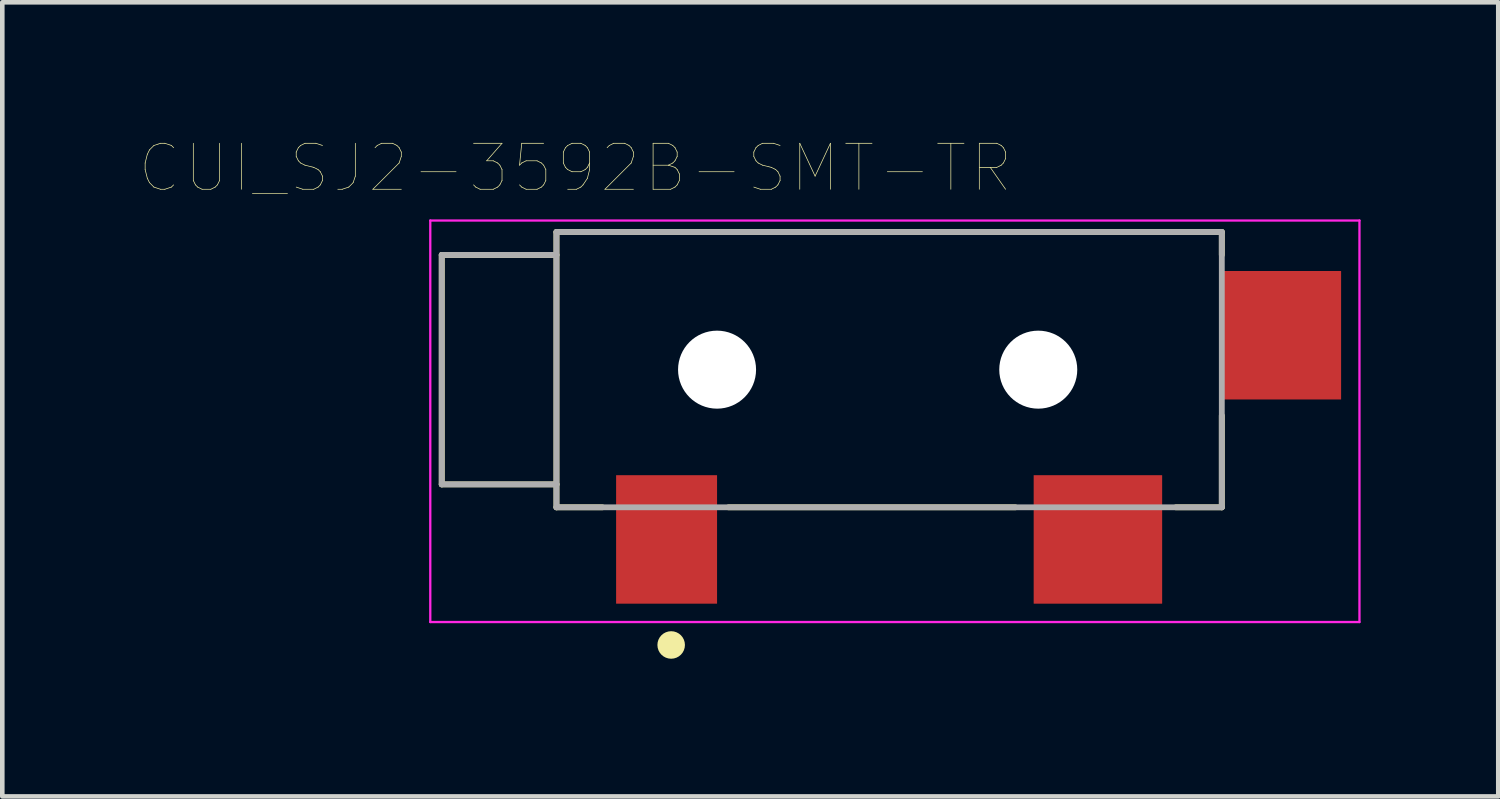
<source format=kicad_pcb>
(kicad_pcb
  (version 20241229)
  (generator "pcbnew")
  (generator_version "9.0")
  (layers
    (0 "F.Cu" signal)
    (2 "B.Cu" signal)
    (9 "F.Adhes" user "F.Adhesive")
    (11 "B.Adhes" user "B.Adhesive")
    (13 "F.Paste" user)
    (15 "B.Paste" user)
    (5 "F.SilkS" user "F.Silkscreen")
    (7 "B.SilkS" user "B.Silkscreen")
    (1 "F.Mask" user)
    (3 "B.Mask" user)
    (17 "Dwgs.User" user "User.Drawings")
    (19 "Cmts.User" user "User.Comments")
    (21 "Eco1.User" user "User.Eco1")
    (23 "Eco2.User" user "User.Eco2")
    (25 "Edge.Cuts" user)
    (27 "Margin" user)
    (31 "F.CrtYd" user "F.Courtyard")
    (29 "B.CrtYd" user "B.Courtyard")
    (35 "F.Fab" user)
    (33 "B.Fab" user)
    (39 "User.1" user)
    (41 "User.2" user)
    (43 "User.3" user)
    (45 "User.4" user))
  (footprint "CUI_SJ2-3592B-SMT-TR"
    (layer "F.Cu")
    (at 16.327 5.006)
    (property "Reference" "CUI_SJ2-3592B-SMT-TR" (at -6.838 -4.394 0) (layer "F.SilkS") (effects (font (size 1.002 1.002) (thickness 0.015))))
    (attr through_hole)
    (fp_line (start -9.75 -2.5) (end -9.75 2.5) (stroke (width 0.127) (type solid)) (layer "F.SilkS"))
    (fp_line (start -9.75 2.5) (end -7.25 2.5) (stroke (width 0.127) (type solid)) (layer "F.SilkS"))
    (fp_line (start -7.25 -3) (end 7.25 -3) (stroke (width 0.127) (type solid)) (layer "F.SilkS"))
    (fp_line (start -7.25 -2.5) (end -9.75 -2.5) (stroke (width 0.127) (type solid)) (layer "F.SilkS"))
    (fp_line (start -7.25 2.5) (end -7.25 -3) (stroke (width 0.127) (type solid)) (layer "F.SilkS"))
    (fp_line (start -7.25 2.5) (end -7.25 3) (stroke (width 0.127) (type solid)) (layer "F.SilkS"))
    (fp_line (start -7.25 3) (end -6.25 3) (stroke (width 0.127) (type solid)) (layer "F.SilkS"))
    (fp_line (start -3.5 3) (end 2.75 3) (stroke (width 0.127) (type solid)) (layer "F.SilkS"))
    (fp_line (start 7.25 -3) (end 7.25 -2.5) (stroke (width 0.127) (type solid)) (layer "F.SilkS"))
    (fp_line (start 7.25 1) (end 7.25 3) (stroke (width 0.127) (type solid)) (layer "F.SilkS"))
    (fp_line (start 7.25 3) (end 6.25 3) (stroke (width 0.127) (type solid)) (layer "F.SilkS"))
    (fp_circle (center -4.75 6) (end -4.6 6) (stroke (width 0.3) (type solid)) (fill no) (layer "F.SilkS"))
    (fp_line (start -10 -3.25) (end 10.25 -3.25) (stroke (width 0.05) (type solid)) (layer "F.CrtYd"))
    (fp_line (start -10 5.5) (end -10 -3.25) (stroke (width 0.05) (type solid)) (layer "F.CrtYd"))
    (fp_line (start 10.25 -3.25) (end 10.25 5.5) (stroke (width 0.05) (type solid)) (layer "F.CrtYd"))
    (fp_line (start 10.25 5.5) (end -10 5.5) (stroke (width 0.05) (type solid)) (layer "F.CrtYd"))
    (fp_line (start -9.75 -2.5) (end -9.75 2.5) (stroke (width 0.127) (type solid)) (layer "F.Fab"))
    (fp_line (start -9.75 2.5) (end -7.25 2.5) (stroke (width 0.127) (type solid)) (layer "F.Fab"))
    (fp_line (start -7.25 -3) (end 7.25 -3) (stroke (width 0.127) (type solid)) (layer "F.Fab"))
    (fp_line (start -7.25 -2.5) (end -9.75 -2.5) (stroke (width 0.127) (type solid)) (layer "F.Fab"))
    (fp_line (start -7.25 -2.5) (end -7.25 -3) (stroke (width 0.127) (type solid)) (layer "F.Fab"))
    (fp_line (start -7.25 2.5) (end -7.25 -2.5) (stroke (width 0.127) (type solid)) (layer "F.Fab"))
    (fp_line (start -7.25 3) (end -7.25 2.5) (stroke (width 0.127) (type solid)) (layer "F.Fab"))
    (fp_line (start 7.25 -3) (end 7.25 3) (stroke (width 0.127) (type solid)) (layer "F.Fab"))
    (fp_line (start 7.25 3) (end -7.25 3) (stroke (width 0.127) (type solid)) (layer "F.Fab"))
    (pad "" np_thru_hole circle (at -3.75 0) (size 1.7 1.7) (drill 1.7) (layers "*.Cu" "*.Mask"))
    (pad "" np_thru_hole circle (at 3.25 0) (size 1.7 1.7) (drill 1.7) (layers "*.Cu" "*.Mask"))
    (pad "1" smd rect (at -4.85 3.7) (size 2.2 2.8) (layers "F.Cu" "F.Mask" "F.Paste"))
    (pad "2" smd rect (at 4.55 3.7) (size 2.8 2.8) (layers "F.Cu" "F.Mask" "F.Paste"))
    (pad "10" smd rect (at 8.55 -0.75) (size 2.6 2.8) (layers "F.Cu" "F.Mask" "F.Paste")))
  (gr_rect
    (start -3 -3)
    (end 29.602 14.306)
    (stroke (width 0.1) (type default))
    (fill no)
    (layer "Edge.Cuts")))
</source>
